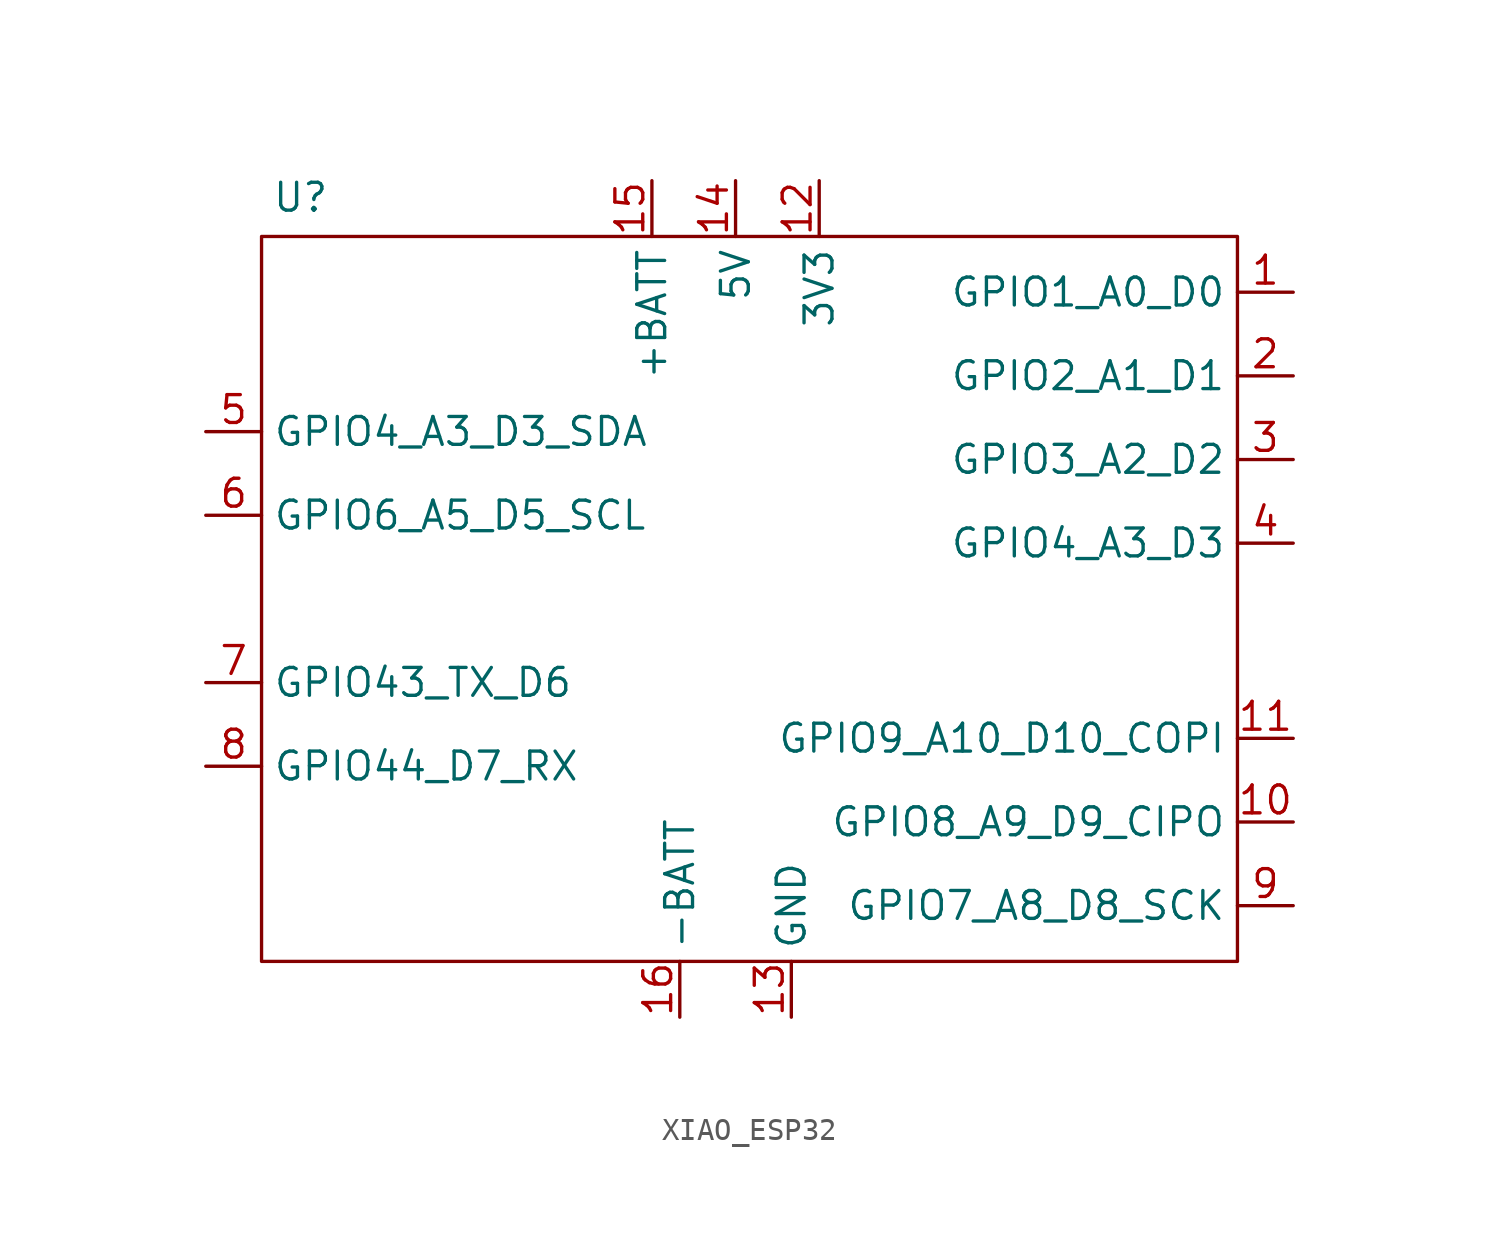
<source format=kicad_sym>
(kicad_symbol_lib
  (version 20231120)
  (generator "kicad_symbol_editor")
  (generator_version "8.0")
  (symbol "XIAO_ESP32"
    (property "Reference" "U"
      (at -19.812 18.288 0)
      (effects (font (size 1.27 1.27))))
    (property "Value" ""
      (at -1.27 3.81 0)
      (effects (font (size 1.27 1.27))))
    (symbol "XIAO_ESP32_0_1"
      (polyline (pts (xy -21.59 16.51) (xy -21.59 -16.51) (xy 22.86 -16.51) (xy 22.86 16.51) (xy -21.59 16.51)) (stroke (width 0) (type default)) (fill (type none))))
    (symbol "XIAO_ESP32_1_1"
      (pin bidirectional line (at 25.4 13.97 180) (length 2.54) (name "GPIO1_A0_D0" (effects (font (size 1.27 1.27)))) (number "1" (effects (font (size 1.27 1.27)))))
      (pin bidirectional line (at 25.4 -10.16 180) (length 2.54) (name "GPIO8_A9_D9_CIPO" (effects (font (size 1.27 1.27)))) (number "10" (effects (font (size 1.27 1.27)))))
      (pin bidirectional line (at 25.4 -6.35 180) (length 2.54) (name "GPIO9_A10_D10_COPI" (effects (font (size 1.27 1.27)))) (number "11" (effects (font (size 1.27 1.27)))))
      (pin bidirectional line (at 3.81 19.05 270) (length 2.54) (name "3V3" (effects (font (size 1.27 1.27)))) (number "12" (effects (font (size 1.27 1.27)))))
      (pin bidirectional line (at 2.54 -19.05 90) (length 2.54) (name "GND" (effects (font (size 1.27 1.27)))) (number "13" (effects (font (size 1.27 1.27)))))
      (pin bidirectional line (at 0 19.05 270) (length 2.54) (name "5V" (effects (font (size 1.27 1.27)))) (number "14" (effects (font (size 1.27 1.27)))))
      (pin bidirectional line (at -3.81 19.05 270) (length 2.54) (name "+BATT" (effects (font (size 1.27 1.27)))) (number "15" (effects (font (size 1.27 1.27)))))
      (pin bidirectional line (at -2.54 -19.05 90) (length 2.54) (name "-BATT" (effects (font (size 1.27 1.27)))) (number "16" (effects (font (size 1.27 1.27)))))
      (pin bidirectional line (at 25.4 10.16 180) (length 2.54) (name "GPIO2_A1_D1" (effects (font (size 1.27 1.27)))) (number "2" (effects (font (size 1.27 1.27)))))
      (pin bidirectional line (at 25.4 6.35 180) (length 2.54) (name "GPIO3_A2_D2" (effects (font (size 1.27 1.27)))) (number "3" (effects (font (size 1.27 1.27)))))
      (pin bidirectional line (at 25.4 2.54 180) (length 2.54) (name "GPIO4_A3_D3" (effects (font (size 1.27 1.27)))) (number "4" (effects (font (size 1.27 1.27)))))
      (pin bidirectional line (at -24.13 7.62 0) (length 2.54) (name "GPIO4_A3_D3_SDA" (effects (font (size 1.27 1.27)))) (number "5" (effects (font (size 1.27 1.27)))))
      (pin bidirectional line (at -24.13 3.81 0) (length 2.54) (name "GPIO6_A5_D5_SCL" (effects (font (size 1.27 1.27)))) (number "6" (effects (font (size 1.27 1.27)))))
      (pin bidirectional line (at -24.13 -3.81 0) (length 2.54) (name "GPIO43_TX_D6" (effects (font (size 1.27 1.27)))) (number "7" (effects (font (size 1.27 1.27)))))
      (pin bidirectional line (at -24.13 -7.62 0) (length 2.54) (name "GPIO44_D7_RX" (effects (font (size 1.27 1.27)))) (number "8" (effects (font (size 1.27 1.27)))))
      (pin bidirectional line (at 25.4 -13.97 180) (length 2.54) (name "GPIO7_A8_D8_SCK" (effects (font (size 1.27 1.27)))) (number "9" (effects (font (size 1.27 1.27))))))))
</source>
